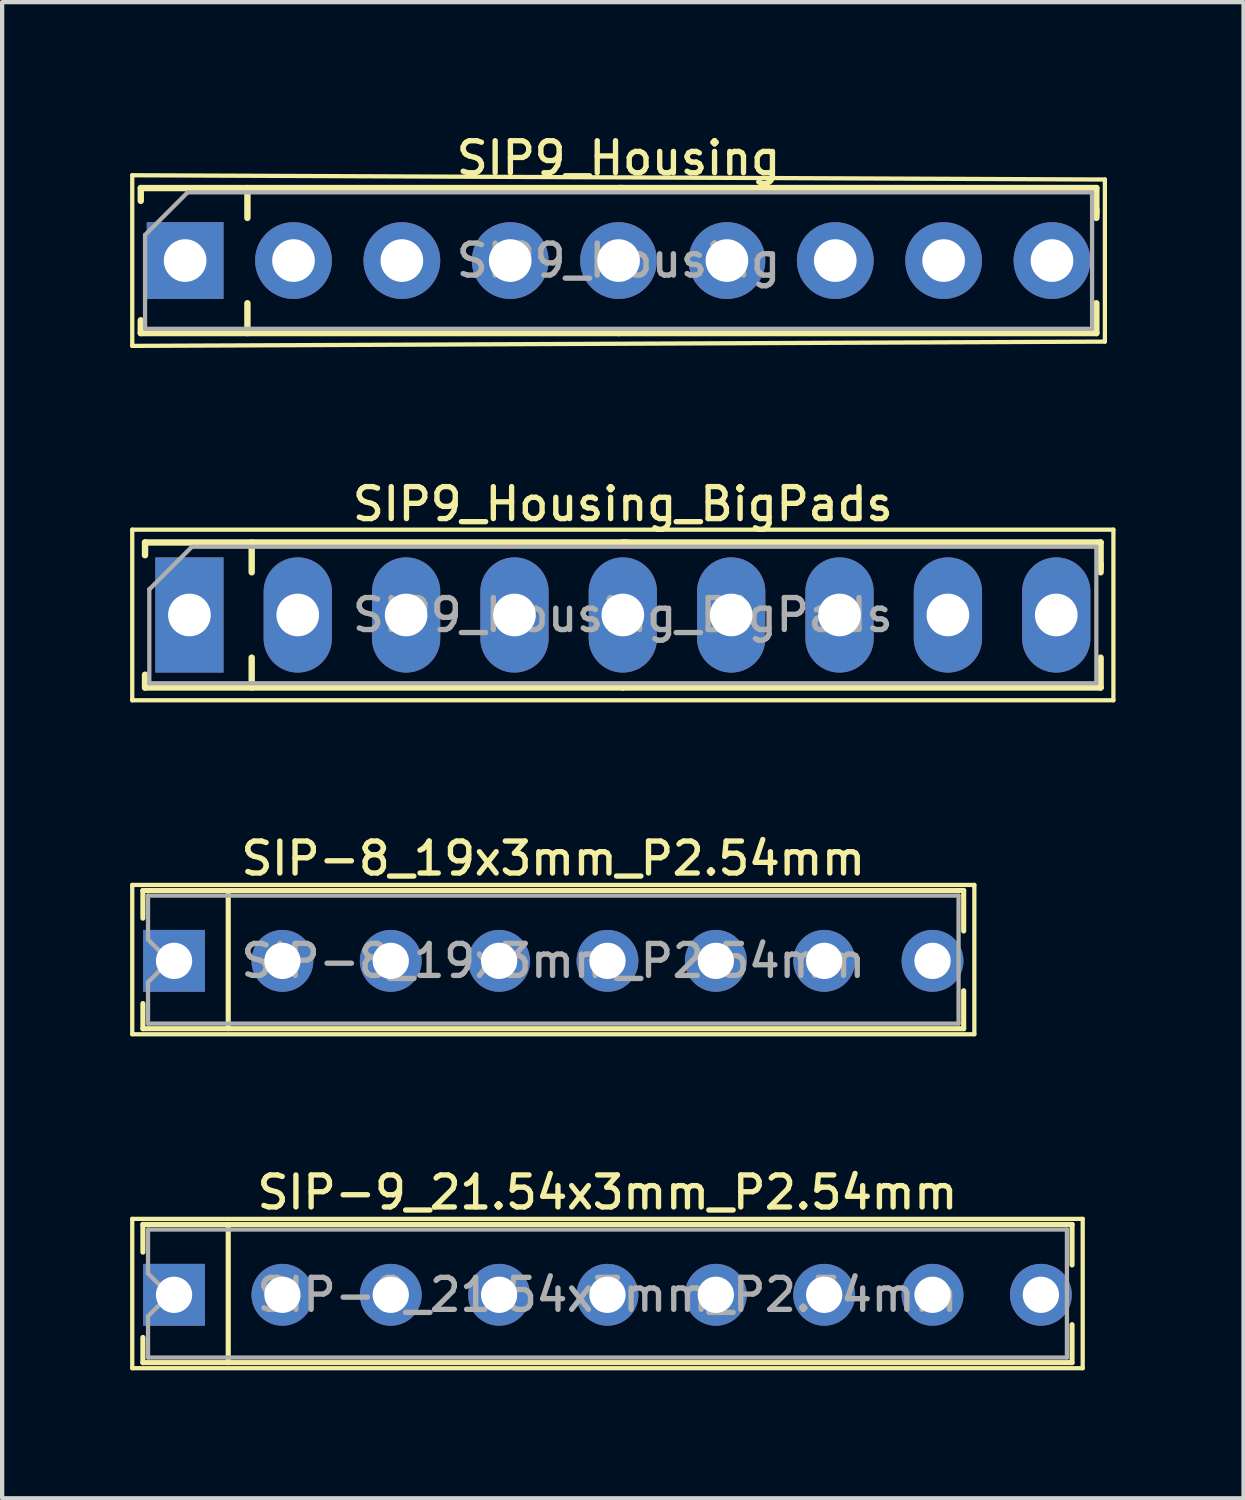
<source format=kicad_pcb>
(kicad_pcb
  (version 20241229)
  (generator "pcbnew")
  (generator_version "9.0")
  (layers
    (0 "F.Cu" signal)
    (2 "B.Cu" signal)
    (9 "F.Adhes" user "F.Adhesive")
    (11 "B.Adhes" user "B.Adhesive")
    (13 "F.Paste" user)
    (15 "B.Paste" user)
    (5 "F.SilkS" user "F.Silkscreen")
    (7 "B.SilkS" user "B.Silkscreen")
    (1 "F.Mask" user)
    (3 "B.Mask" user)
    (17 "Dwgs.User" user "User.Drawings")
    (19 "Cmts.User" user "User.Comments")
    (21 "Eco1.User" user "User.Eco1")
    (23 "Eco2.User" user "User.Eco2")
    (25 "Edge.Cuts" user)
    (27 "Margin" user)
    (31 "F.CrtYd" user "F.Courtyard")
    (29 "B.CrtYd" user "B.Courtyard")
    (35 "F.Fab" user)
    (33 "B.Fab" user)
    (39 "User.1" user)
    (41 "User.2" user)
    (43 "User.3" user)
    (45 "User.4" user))
  (footprint "SIP9_Housing"
    (layer "F.Cu")
    (at 1.29 3.058)
    (property "Reference" "SIP9_Housing" (at 10.16 -2.4 0) (layer "F.SilkS") (effects (font (size 0.75 0.75) (thickness 0.125))))
    (attr through_hole)
    (fp_line (start -1.24 -2) (end -1.24 2) (stroke (width 0.1) (type solid)) (layer "F.SilkS"))
    (fp_line (start -1.24 2) (end 21.56 1.9) (stroke (width 0.1) (type solid)) (layer "F.SilkS"))
    (fp_line (start -1.04 -1.7) (end -1.04 -1.4) (stroke (width 0.15) (type solid)) (layer "F.SilkS"))
    (fp_line (start -1.04 1.7) (end -1.04 1.4) (stroke (width 0.15) (type solid)) (layer "F.SilkS"))
    (fp_line (start 1.46 -1.7) (end 1.46 -1) (stroke (width 0.15) (type solid)) (layer "F.SilkS"))
    (fp_line (start 1.46 1.7) (end 1.46 1) (stroke (width 0.15) (type solid)) (layer "F.SilkS"))
    (fp_line (start 10.16 -1.7) (end 21.36 -1.7) (stroke (width 0.15) (type solid)) (layer "F.SilkS"))
    (fp_line (start 10.16 1.7) (end -1.04 1.7) (stroke (width 0.15) (type solid)) (layer "F.SilkS"))
    (fp_line (start 10.16 1.7) (end 21.36 1.7) (stroke (width 0.15) (type solid)) (layer "F.SilkS"))
    (fp_line (start 10.26 -1.7) (end -1.04 -1.7) (stroke (width 0.15) (type solid)) (layer "F.SilkS"))
    (fp_line (start 21.36 -1.7) (end 21.36 -1.1) (stroke (width 0.15) (type solid)) (layer "F.SilkS"))
    (fp_line (start 21.36 -1.2) (end 21.36 -1) (stroke (width 0.15) (type solid)) (layer "F.SilkS"))
    (fp_line (start 21.36 1.7) (end 21.36 1) (stroke (width 0.15) (type solid)) (layer "F.SilkS"))
    (fp_line (start 21.56 -1.9) (end -1.24 -2) (stroke (width 0.1) (type solid)) (layer "F.SilkS"))
    (fp_line (start 21.56 1.9) (end 21.56 -1.9) (stroke (width 0.1) (type solid)) (layer "F.SilkS"))
    (fp_line (start -0.94 -0.6) (end 0.06 -1.6) (stroke (width 0.1) (type solid)) (layer "F.Fab"))
    (fp_line (start -0.94 1.6) (end -0.94 -0.6) (stroke (width 0.1) (type solid)) (layer "F.Fab"))
    (fp_line (start 0.06 -1.6) (end 21.26 -1.6) (stroke (width 0.1) (type solid)) (layer "F.Fab"))
    (fp_line (start 21.26 -1.6) (end 21.26 1.6) (stroke (width 0.1) (type solid)) (layer "F.Fab"))
    (fp_line (start 21.26 1.6) (end -0.94 1.6) (stroke (width 0.1) (type solid)) (layer "F.Fab"))
    (fp_text user "${REFERENCE}" (at 10.16 0 0) (layer "F.Fab") (effects (font (size 0.75 0.75) (thickness 0.125))))
    (pad "1" thru_hole rect (at 0 0 90) (size 1.8 1.8) (drill 1) (layers "*.Cu" "*.Mask"))
    (pad "2" thru_hole circle (at 2.54 0 90) (size 1.8 1.8) (drill 1) (layers "*.Cu" "*.Mask"))
    (pad "3" thru_hole circle (at 5.08 0 90) (size 1.8 1.8) (drill 1) (layers "*.Cu" "*.Mask"))
    (pad "4" thru_hole circle (at 7.62 0 90) (size 1.8 1.8) (drill 1) (layers "*.Cu" "*.Mask"))
    (pad "5" thru_hole circle (at 10.16 0 90) (size 1.8 1.8) (drill 1) (layers "*.Cu" "*.Mask"))
    (pad "6" thru_hole circle (at 12.7 0 90) (size 1.8 1.8) (drill 1) (layers "*.Cu" "*.Mask"))
    (pad "7" thru_hole circle (at 15.24 0 90) (size 1.8 1.8) (drill 1) (layers "*.Cu" "*.Mask"))
    (pad "8" thru_hole circle (at 17.78 0 90) (size 1.8 1.8) (drill 1) (layers "*.Cu" "*.Mask"))
    (pad "9" thru_hole circle (at 20.32 0 90) (size 1.8 1.8) (drill 1) (layers "*.Cu" "*.Mask")))
  (footprint "SIP9_Housing_BigPads"
    (layer "F.Cu")
    (at 1.39 11.366)
    (property "Reference" "SIP9_Housing_BigPads" (at 10.16 -2.6 0) (layer "F.SilkS") (effects (font (size 0.75 0.75) (thickness 0.125))))
    (attr through_hole)
    (fp_line (start -1.34 -2) (end -1.34 2) (stroke (width 0.1) (type solid)) (layer "F.SilkS"))
    (fp_line (start -1.34 2) (end 21.66 2) (stroke (width 0.1) (type solid)) (layer "F.SilkS"))
    (fp_line (start -1.04 -1.7) (end -1.04 -1.4) (stroke (width 0.15) (type solid)) (layer "F.SilkS"))
    (fp_line (start -1.04 1.7) (end -1.04 1.4) (stroke (width 0.15) (type solid)) (layer "F.SilkS"))
    (fp_line (start 1.46 -1.7) (end 1.46 -1) (stroke (width 0.15) (type solid)) (layer "F.SilkS"))
    (fp_line (start 1.46 1.7) (end 1.46 1) (stroke (width 0.15) (type solid)) (layer "F.SilkS"))
    (fp_line (start 10.16 -1.7) (end 21.36 -1.7) (stroke (width 0.15) (type solid)) (layer "F.SilkS"))
    (fp_line (start 10.16 1.7) (end -1.04 1.7) (stroke (width 0.15) (type solid)) (layer "F.SilkS"))
    (fp_line (start 10.16 1.7) (end 21.36 1.7) (stroke (width 0.15) (type solid)) (layer "F.SilkS"))
    (fp_line (start 10.26 -1.7) (end -1.04 -1.7) (stroke (width 0.15) (type solid)) (layer "F.SilkS"))
    (fp_line (start 21.36 -1.7) (end 21.36 -1.1) (stroke (width 0.15) (type solid)) (layer "F.SilkS"))
    (fp_line (start 21.36 -1.2) (end 21.36 -1) (stroke (width 0.15) (type solid)) (layer "F.SilkS"))
    (fp_line (start 21.36 1.7) (end 21.36 1) (stroke (width 0.15) (type solid)) (layer "F.SilkS"))
    (fp_line (start 21.66 -2) (end -1.34 -2) (stroke (width 0.1) (type solid)) (layer "F.SilkS"))
    (fp_line (start 21.66 2) (end 21.66 -2) (stroke (width 0.1) (type solid)) (layer "F.SilkS"))
    (fp_line (start -0.94 -0.6) (end 0.06 -1.6) (stroke (width 0.1) (type solid)) (layer "F.Fab"))
    (fp_line (start -0.94 1.6) (end -0.94 -0.6) (stroke (width 0.1) (type solid)) (layer "F.Fab"))
    (fp_line (start 0.06 -1.6) (end 21.26 -1.6) (stroke (width 0.1) (type solid)) (layer "F.Fab"))
    (fp_line (start 21.26 -1.6) (end 21.26 1.6) (stroke (width 0.1) (type solid)) (layer "F.Fab"))
    (fp_line (start 21.26 1.6) (end -0.94 1.6) (stroke (width 0.1) (type solid)) (layer "F.Fab"))
    (fp_text user "${REFERENCE}" (at 10.16 0 0) (layer "F.Fab") (effects (font (size 0.75 0.75) (thickness 0.125))))
    (pad "1" thru_hole rect (at 0 0 90) (size 2.7 1.6) (drill 1) (layers "*.Cu" "*.Mask"))
    (pad "2" thru_hole oval (at 2.54 0 90) (size 2.7 1.6) (drill 1) (layers "*.Cu" "*.Mask"))
    (pad "3" thru_hole oval (at 5.08 0 90) (size 2.7 1.6) (drill 1) (layers "*.Cu" "*.Mask"))
    (pad "4" thru_hole oval (at 7.62 0 90) (size 2.7 1.6) (drill 1) (layers "*.Cu" "*.Mask"))
    (pad "5" thru_hole oval (at 10.16 0 90) (size 2.7 1.6) (drill 1) (layers "*.Cu" "*.Mask"))
    (pad "6" thru_hole oval (at 12.7 0 90) (size 2.7 1.6) (drill 1) (layers "*.Cu" "*.Mask"))
    (pad "7" thru_hole oval (at 15.24 0 90) (size 2.7 1.6) (drill 1) (layers "*.Cu" "*.Mask"))
    (pad "8" thru_hole oval (at 17.78 0 90) (size 2.7 1.6) (drill 1) (layers "*.Cu" "*.Mask"))
    (pad "9" thru_hole oval (at 20.32 0 90) (size 2.7 1.6) (drill 1) (layers "*.Cu" "*.Mask")))
  (footprint "SIP-9_21.54x3mm_P2.54mm"
    (layer "F.Cu")
    (at 1.03 27.302)
    (property "Reference" "SIP-9_21.54x3mm_P2.54mm" (at 10.16 -2.4 0) (layer "F.SilkS") (effects (font (size 0.75 0.75) (thickness 0.125))))
    (attr through_hole)
    (fp_line (start -0.98 -1.78) (end 21.3 -1.78) (stroke (width 0.1) (type solid)) (layer "F.SilkS"))
    (fp_line (start -0.98 1.72) (end -0.98 -1.78) (stroke (width 0.1) (type solid)) (layer "F.SilkS"))
    (fp_line (start -0.73 -1.65) (end -0.73 -1) (stroke (width 0.12) (type solid)) (layer "F.SilkS"))
    (fp_line (start -0.73 1.59) (end -0.73 1) (stroke (width 0.12) (type solid)) (layer "F.SilkS"))
    (fp_line (start 1.27 1.59) (end 1.27 -1.65) (stroke (width 0.12) (type solid)) (layer "F.SilkS"))
    (fp_line (start 21.05 -1.65) (end -0.73 -1.65) (stroke (width 0.12) (type solid)) (layer "F.SilkS"))
    (fp_line (start 21.05 -1.65) (end 21.05 -0.7) (stroke (width 0.12) (type solid)) (layer "F.SilkS"))
    (fp_line (start 21.05 1.59) (end -0.73 1.59) (stroke (width 0.12) (type solid)) (layer "F.SilkS"))
    (fp_line (start 21.05 1.59) (end 21.05 0.7) (stroke (width 0.12) (type solid)) (layer "F.SilkS"))
    (fp_line (start 21.3 -1.78) (end 21.3 1.72) (stroke (width 0.1) (type solid)) (layer "F.SilkS"))
    (fp_line (start 21.3 1.72) (end -0.98 1.72) (stroke (width 0.1) (type solid)) (layer "F.SilkS"))
    (fp_line (start -0.61 -1.53) (end -0.61 -0.5) (stroke (width 0.1) (type solid)) (layer "F.Fab"))
    (fp_line (start -0.61 -0.5) (end -0.11 0) (stroke (width 0.1) (type solid)) (layer "F.Fab"))
    (fp_line (start -0.61 0.5) (end -0.61 1.47) (stroke (width 0.1) (type solid)) (layer "F.Fab"))
    (fp_line (start -0.11 0) (end -0.61 0.5) (stroke (width 0.1) (type solid)) (layer "F.Fab"))
    (fp_line (start 20.93 -1.53) (end -0.61 -1.53) (stroke (width 0.1) (type solid)) (layer "F.Fab"))
    (fp_line (start 20.93 -1.53) (end 20.93 1.47) (stroke (width 0.1) (type solid)) (layer "F.Fab"))
    (fp_line (start 20.93 1.47) (end -0.61 1.47) (stroke (width 0.1) (type solid)) (layer "F.Fab"))
    (fp_text user "${REFERENCE}" (at 10.16 0 0) (layer "F.Fab") (effects (font (size 0.75 0.75) (thickness 0.125))))
    (pad "1" thru_hole rect (at 0 0 90) (size 1.45 1.45) (drill 0.85) (layers "*.Cu" "*.Mask"))
    (pad "2" thru_hole circle (at 2.54 0 90) (size 1.45 1.45) (drill 0.85) (layers "*.Cu" "*.Mask"))
    (pad "3" thru_hole circle (at 5.08 0 90) (size 1.45 1.45) (drill 0.85) (layers "*.Cu" "*.Mask"))
    (pad "4" thru_hole circle (at 7.62 0 90) (size 1.45 1.45) (drill 0.85) (layers "*.Cu" "*.Mask"))
    (pad "5" thru_hole circle (at 10.16 0 90) (size 1.45 1.45) (drill 0.85) (layers "*.Cu" "*.Mask"))
    (pad "6" thru_hole circle (at 12.7 0 90) (size 1.45 1.45) (drill 0.85) (layers "*.Cu" "*.Mask"))
    (pad "7" thru_hole circle (at 15.24 0 90) (size 1.45 1.45) (drill 0.85) (layers "*.Cu" "*.Mask"))
    (pad "8" thru_hole circle (at 17.78 0 90) (size 1.45 1.45) (drill 0.85) (layers "*.Cu" "*.Mask"))
    (pad "9" thru_hole circle (at 20.32 0 90) (size 1.45 1.45) (drill 0.85) (layers "*.Cu" "*.Mask")))
  (footprint "SIP-8_19x3mm_P2.54mm"
    (layer "F.Cu")
    (at 1.03 19.474)
    (property "Reference" "SIP-8_19x3mm_P2.54mm" (at 8.89 -2.4 0) (layer "F.SilkS") (effects (font (size 0.75 0.75) (thickness 0.125))))
    (attr through_hole)
    (fp_line (start -0.98 -1.78) (end 18.76 -1.78) (stroke (width 0.1) (type solid)) (layer "F.SilkS"))
    (fp_line (start -0.98 1.72) (end -0.98 -1.78) (stroke (width 0.1) (type solid)) (layer "F.SilkS"))
    (fp_line (start -0.73 -1.65) (end -0.73 -1) (stroke (width 0.12) (type solid)) (layer "F.SilkS"))
    (fp_line (start -0.73 1.59) (end -0.73 1) (stroke (width 0.12) (type solid)) (layer "F.SilkS"))
    (fp_line (start 1.27 1.59) (end 1.27 -1.65) (stroke (width 0.12) (type solid)) (layer "F.SilkS"))
    (fp_line (start 18.51 -1.65) (end -0.73 -1.65) (stroke (width 0.12) (type solid)) (layer "F.SilkS"))
    (fp_line (start 18.51 -1.65) (end 18.51 -0.7) (stroke (width 0.12) (type solid)) (layer "F.SilkS"))
    (fp_line (start 18.51 1.59) (end -0.73 1.59) (stroke (width 0.12) (type solid)) (layer "F.SilkS"))
    (fp_line (start 18.51 1.59) (end 18.51 0.7) (stroke (width 0.12) (type solid)) (layer "F.SilkS"))
    (fp_line (start 18.76 -1.78) (end 18.76 1.72) (stroke (width 0.1) (type solid)) (layer "F.SilkS"))
    (fp_line (start 18.76 1.72) (end -0.98 1.72) (stroke (width 0.1) (type solid)) (layer "F.SilkS"))
    (fp_line (start -0.61 -1.53) (end -0.61 -0.5) (stroke (width 0.1) (type solid)) (layer "F.Fab"))
    (fp_line (start -0.61 -0.5) (end -0.11 0) (stroke (width 0.1) (type solid)) (layer "F.Fab"))
    (fp_line (start -0.61 0.5) (end -0.61 1.47) (stroke (width 0.1) (type solid)) (layer "F.Fab"))
    (fp_line (start -0.11 0) (end -0.61 0.5) (stroke (width 0.1) (type solid)) (layer "F.Fab"))
    (fp_line (start 18.39 -1.53) (end -0.61 -1.53) (stroke (width 0.1) (type solid)) (layer "F.Fab"))
    (fp_line (start 18.39 -1.53) (end 18.39 1.47) (stroke (width 0.1) (type solid)) (layer "F.Fab"))
    (fp_line (start 18.39 1.47) (end -0.61 1.47) (stroke (width 0.1) (type solid)) (layer "F.Fab"))
    (fp_text user "${REFERENCE}" (at 8.89 0 0) (layer "F.Fab") (effects (font (size 0.75 0.75) (thickness 0.125))))
    (pad "1" thru_hole rect (at 0 0 90) (size 1.45 1.45) (drill 0.85) (layers "*.Cu" "*.Mask"))
    (pad "2" thru_hole circle (at 2.54 0 90) (size 1.45 1.45) (drill 0.85) (layers "*.Cu" "*.Mask"))
    (pad "3" thru_hole circle (at 5.08 0 90) (size 1.45 1.45) (drill 0.85) (layers "*.Cu" "*.Mask"))
    (pad "4" thru_hole circle (at 7.62 0 90) (size 1.45 1.45) (drill 0.85) (layers "*.Cu" "*.Mask"))
    (pad "5" thru_hole circle (at 10.16 0 90) (size 1.45 1.45) (drill 0.85) (layers "*.Cu" "*.Mask"))
    (pad "6" thru_hole circle (at 12.7 0 90) (size 1.45 1.45) (drill 0.85) (layers "*.Cu" "*.Mask"))
    (pad "7" thru_hole circle (at 15.24 0 90) (size 1.45 1.45) (drill 0.85) (layers "*.Cu" "*.Mask"))
    (pad "8" thru_hole circle (at 17.78 0 90) (size 1.45 1.45) (drill 0.85) (layers "*.Cu" "*.Mask")))
  (gr_rect
    (start -3 -3)
    (end 26.1 32.072)
    (stroke (width 0.1) (type default))
    (fill no)
    (layer "Edge.Cuts")))
</source>
